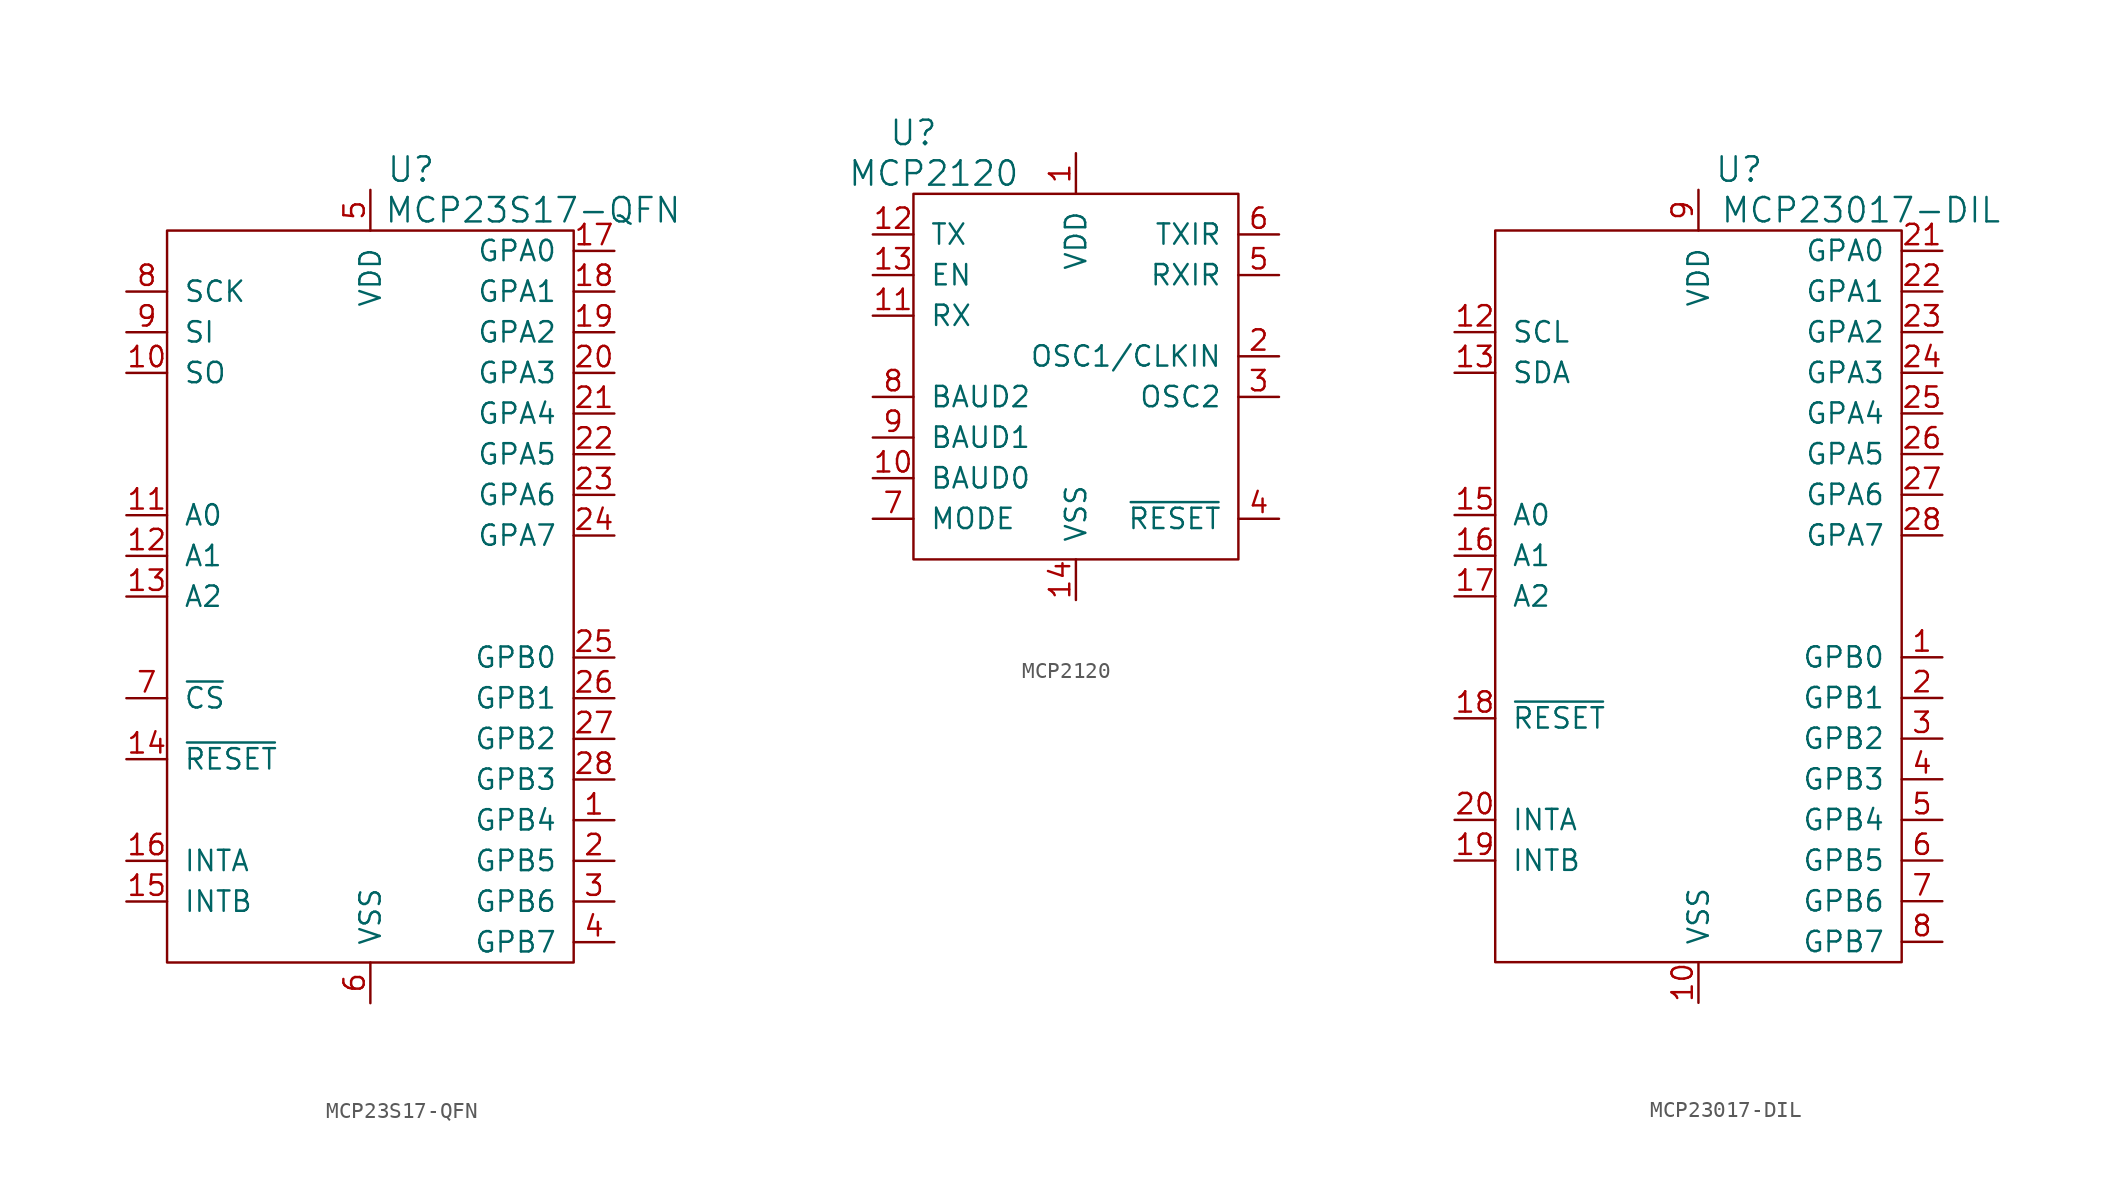
<source format=kicad_sym>
(kicad_symbol_lib
  (version 20220914)
  (generator kicad_symbol_editor)
  (symbol "MCP23S17-QFN"
    (pin_names
      (offset 1.016))
    (property "Reference" "U"
      (at 2.54 26.67 0)
      (effects (font (size 1.524 1.524))))
    (property "Value" "MCP23S17-QFN"
      (at 10.16 24.13 0)
      (effects (font (size 1.524 1.524))))
    (property "Footprint" ""
      (at 0 0 0)
      (effects (font (size 1.524 1.524))))
    (property "Datasheet" ""
      (at 0 0 0)
      (effects (font (size 1.524 1.524))))
    (symbol "MCP23S17-QFN_0_1"
      (rectangle (start -12.7 22.86) (end 12.7 -22.86) (stroke (width 0) (type solid)) (fill (type none))))
    (symbol "MCP23S17-QFN_1_1"
      (pin input line (at 15.24 -13.97 180) (length 2.54) (name "GPB4" (effects (font (size 1.27 1.27)))) (number "1" (effects (font (size 1.27 1.27)))))
      (pin input line (at -15.24 13.97 0) (length 2.54) (name "SO" (effects (font (size 1.27 1.27)))) (number "10" (effects (font (size 1.27 1.27)))))
      (pin input line (at -15.24 5.08 0) (length 2.54) (name "A0" (effects (font (size 1.27 1.27)))) (number "11" (effects (font (size 1.27 1.27)))))
      (pin input line (at -15.24 2.54 0) (length 2.54) (name "A1" (effects (font (size 1.27 1.27)))) (number "12" (effects (font (size 1.27 1.27)))))
      (pin input line (at -15.24 0 0) (length 2.54) (name "A2" (effects (font (size 1.27 1.27)))) (number "13" (effects (font (size 1.27 1.27)))))
      (pin input line (at -15.24 -10.16 0) (length 2.54) (name "~{RESET}" (effects (font (size 1.27 1.27)))) (number "14" (effects (font (size 1.27 1.27)))))
      (pin input line (at -15.24 -19.05 0) (length 2.54) (name "INTB" (effects (font (size 1.27 1.27)))) (number "15" (effects (font (size 1.27 1.27)))))
      (pin input line (at -15.24 -16.51 0) (length 2.54) (name "INTA" (effects (font (size 1.27 1.27)))) (number "16" (effects (font (size 1.27 1.27)))))
      (pin input line (at 15.24 21.59 180) (length 2.54) (name "GPA0" (effects (font (size 1.27 1.27)))) (number "17" (effects (font (size 1.27 1.27)))))
      (pin input line (at 15.24 19.05 180) (length 2.54) (name "GPA1" (effects (font (size 1.27 1.27)))) (number "18" (effects (font (size 1.27 1.27)))))
      (pin input line (at 15.24 16.51 180) (length 2.54) (name "GPA2" (effects (font (size 1.27 1.27)))) (number "19" (effects (font (size 1.27 1.27)))))
      (pin input line (at 15.24 -16.51 180) (length 2.54) (name "GPB5" (effects (font (size 1.27 1.27)))) (number "2" (effects (font (size 1.27 1.27)))))
      (pin input line (at 15.24 13.97 180) (length 2.54) (name "GPA3" (effects (font (size 1.27 1.27)))) (number "20" (effects (font (size 1.27 1.27)))))
      (pin input line (at 15.24 11.43 180) (length 2.54) (name "GPA4" (effects (font (size 1.27 1.27)))) (number "21" (effects (font (size 1.27 1.27)))))
      (pin input line (at 15.24 8.89 180) (length 2.54) (name "GPA5" (effects (font (size 1.27 1.27)))) (number "22" (effects (font (size 1.27 1.27)))))
      (pin input line (at 15.24 6.35 180) (length 2.54) (name "GPA6" (effects (font (size 1.27 1.27)))) (number "23" (effects (font (size 1.27 1.27)))))
      (pin input line (at 15.24 3.81 180) (length 2.54) (name "GPA7" (effects (font (size 1.27 1.27)))) (number "24" (effects (font (size 1.27 1.27)))))
      (pin input line (at 15.24 -3.81 180) (length 2.54) (name "GPB0" (effects (font (size 1.27 1.27)))) (number "25" (effects (font (size 1.27 1.27)))))
      (pin input line (at 15.24 -6.35 180) (length 2.54) (name "GPB1" (effects (font (size 1.27 1.27)))) (number "26" (effects (font (size 1.27 1.27)))))
      (pin input line (at 15.24 -8.89 180) (length 2.54) (name "GPB2" (effects (font (size 1.27 1.27)))) (number "27" (effects (font (size 1.27 1.27)))))
      (pin input line (at 15.24 -11.43 180) (length 2.54) (name "GPB3" (effects (font (size 1.27 1.27)))) (number "28" (effects (font (size 1.27 1.27)))))
      (pin input line (at 15.24 -19.05 180) (length 2.54) (name "GPB6" (effects (font (size 1.27 1.27)))) (number "3" (effects (font (size 1.27 1.27)))))
      (pin input line (at 15.24 -21.59 180) (length 2.54) (name "GPB7" (effects (font (size 1.27 1.27)))) (number "4" (effects (font (size 1.27 1.27)))))
      (pin passive line (at 0 25.4 270) (length 2.54) (name "VDD" (effects (font (size 1.27 1.27)))) (number "5" (effects (font (size 1.27 1.27)))))
      (pin passive line (at 0 -25.4 90) (length 2.54) (name "VSS" (effects (font (size 1.27 1.27)))) (number "6" (effects (font (size 1.27 1.27)))))
      (pin input line (at -15.24 -6.35 0) (length 2.54) (name "~{CS}" (effects (font (size 1.27 1.27)))) (number "7" (effects (font (size 1.27 1.27)))))
      (pin input line (at -15.24 19.05 0) (length 2.54) (name "SCK" (effects (font (size 1.27 1.27)))) (number "8" (effects (font (size 1.27 1.27)))))
      (pin input line (at -15.24 16.51 0) (length 2.54) (name "SI" (effects (font (size 1.27 1.27)))) (number "9" (effects (font (size 1.27 1.27)))))))
  (symbol "MCP2120"
    (pin_names
      (offset 1.016))
    (property "Reference" "U"
      (at -10.16 15.24 0)
      (effects (font (size 1.524 1.524))))
    (property "Value" "MCP2120"
      (at -8.89 12.7 0)
      (effects (font (size 1.524 1.524))))
    (property "Footprint" ""
      (at 0 0 0)
      (effects (font (size 1.524 1.524))))
    (property "Datasheet" ""
      (at 0 0 0)
      (effects (font (size 1.524 1.524))))
    (symbol "MCP2120_0_1"
      (rectangle (start 10.16 11.43) (end -10.16 -11.43) (stroke (width 0) (type solid)) (fill (type none))))
    (symbol "MCP2120_1_1"
      (pin passive line (at 0 13.97 270) (length 2.54) (name "VDD" (effects (font (size 1.27 1.27)))) (number "1" (effects (font (size 1.27 1.27)))))
      (pin passive line (at -12.7 -6.35 0) (length 2.54) (name "BAUD0" (effects (font (size 1.27 1.27)))) (number "10" (effects (font (size 1.27 1.27)))))
      (pin output line (at -12.7 3.81 0) (length 2.54) (name "RX" (effects (font (size 1.27 1.27)))) (number "11" (effects (font (size 1.27 1.27)))))
      (pin input line (at -12.7 8.89 0) (length 2.54) (name "TX" (effects (font (size 1.27 1.27)))) (number "12" (effects (font (size 1.27 1.27)))))
      (pin input line (at -12.7 6.35 0) (length 2.54) (name "EN" (effects (font (size 1.27 1.27)))) (number "13" (effects (font (size 1.27 1.27)))))
      (pin passive line (at 0 -13.97 90) (length 2.54) (name "VSS" (effects (font (size 1.27 1.27)))) (number "14" (effects (font (size 1.27 1.27)))))
      (pin passive line (at 12.7 1.27 180) (length 2.54) (name "OSC1/CLKIN" (effects (font (size 1.27 1.27)))) (number "2" (effects (font (size 1.27 1.27)))))
      (pin passive line (at 12.7 -1.27 180) (length 2.54) (name "OSC2" (effects (font (size 1.27 1.27)))) (number "3" (effects (font (size 1.27 1.27)))))
      (pin passive line (at 12.7 -8.89 180) (length 2.54) (name "~{RESET}" (effects (font (size 1.27 1.27)))) (number "4" (effects (font (size 1.27 1.27)))))
      (pin input line (at 12.7 6.35 180) (length 2.54) (name "RXIR" (effects (font (size 1.27 1.27)))) (number "5" (effects (font (size 1.27 1.27)))))
      (pin output line (at 12.7 8.89 180) (length 2.54) (name "TXIR" (effects (font (size 1.27 1.27)))) (number "6" (effects (font (size 1.27 1.27)))))
      (pin input line (at -12.7 -8.89 0) (length 2.54) (name "MODE" (effects (font (size 1.27 1.27)))) (number "7" (effects (font (size 1.27 1.27)))))
      (pin passive line (at -12.7 -1.27 0) (length 2.54) (name "BAUD2" (effects (font (size 1.27 1.27)))) (number "8" (effects (font (size 1.27 1.27)))))
      (pin passive line (at -12.7 -3.81 0) (length 2.54) (name "BAUD1" (effects (font (size 1.27 1.27)))) (number "9" (effects (font (size 1.27 1.27)))))))
  (symbol "MCP23017-DIL"
    (pin_names
      (offset 1.016))
    (property "Reference" "U"
      (at 2.54 26.67 0)
      (effects (font (size 1.524 1.524))))
    (property "Value" "MCP23017-DIL"
      (at 10.16 24.13 0)
      (effects (font (size 1.524 1.524))))
    (property "Footprint" ""
      (at 0 0 0)
      (effects (font (size 1.524 1.524))))
    (property "Datasheet" ""
      (at 0 0 0)
      (effects (font (size 1.524 1.524))))
    (symbol "MCP23017-DIL_0_1"
      (rectangle (start -12.7 22.86) (end 12.7 -22.86) (stroke (width 0) (type solid)) (fill (type none))))
    (symbol "MCP23017-DIL_1_1"
      (pin input line (at 15.24 -3.81 180) (length 2.54) (name "GPB0" (effects (font (size 1.27 1.27)))) (number "1" (effects (font (size 1.27 1.27)))))
      (pin passive line (at 0 -25.4 90) (length 2.54) (name "VSS" (effects (font (size 1.27 1.27)))) (number "10" (effects (font (size 1.27 1.27)))))
      (pin input line (at -15.24 16.51 0) (length 2.54) (name "SCL" (effects (font (size 1.27 1.27)))) (number "12" (effects (font (size 1.27 1.27)))))
      (pin input line (at -15.24 13.97 0) (length 2.54) (name "SDA" (effects (font (size 1.27 1.27)))) (number "13" (effects (font (size 1.27 1.27)))))
      (pin input line (at -15.24 5.08 0) (length 2.54) (name "A0" (effects (font (size 1.27 1.27)))) (number "15" (effects (font (size 1.27 1.27)))))
      (pin input line (at -15.24 2.54 0) (length 2.54) (name "A1" (effects (font (size 1.27 1.27)))) (number "16" (effects (font (size 1.27 1.27)))))
      (pin input line (at -15.24 0 0) (length 2.54) (name "A2" (effects (font (size 1.27 1.27)))) (number "17" (effects (font (size 1.27 1.27)))))
      (pin input line (at -15.24 -7.62 0) (length 2.54) (name "~{RESET}" (effects (font (size 1.27 1.27)))) (number "18" (effects (font (size 1.27 1.27)))))
      (pin input line (at -15.24 -16.51 0) (length 2.54) (name "INTB" (effects (font (size 1.27 1.27)))) (number "19" (effects (font (size 1.27 1.27)))))
      (pin input line (at 15.24 -6.35 180) (length 2.54) (name "GPB1" (effects (font (size 1.27 1.27)))) (number "2" (effects (font (size 1.27 1.27)))))
      (pin input line (at -15.24 -13.97 0) (length 2.54) (name "INTA" (effects (font (size 1.27 1.27)))) (number "20" (effects (font (size 1.27 1.27)))))
      (pin input line (at 15.24 21.59 180) (length 2.54) (name "GPA0" (effects (font (size 1.27 1.27)))) (number "21" (effects (font (size 1.27 1.27)))))
      (pin input line (at 15.24 19.05 180) (length 2.54) (name "GPA1" (effects (font (size 1.27 1.27)))) (number "22" (effects (font (size 1.27 1.27)))))
      (pin input line (at 15.24 16.51 180) (length 2.54) (name "GPA2" (effects (font (size 1.27 1.27)))) (number "23" (effects (font (size 1.27 1.27)))))
      (pin input line (at 15.24 13.97 180) (length 2.54) (name "GPA3" (effects (font (size 1.27 1.27)))) (number "24" (effects (font (size 1.27 1.27)))))
      (pin input line (at 15.24 11.43 180) (length 2.54) (name "GPA4" (effects (font (size 1.27 1.27)))) (number "25" (effects (font (size 1.27 1.27)))))
      (pin input line (at 15.24 8.89 180) (length 2.54) (name "GPA5" (effects (font (size 1.27 1.27)))) (number "26" (effects (font (size 1.27 1.27)))))
      (pin input line (at 15.24 6.35 180) (length 2.54) (name "GPA6" (effects (font (size 1.27 1.27)))) (number "27" (effects (font (size 1.27 1.27)))))
      (pin input line (at 15.24 3.81 180) (length 2.54) (name "GPA7" (effects (font (size 1.27 1.27)))) (number "28" (effects (font (size 1.27 1.27)))))
      (pin input line (at 15.24 -8.89 180) (length 2.54) (name "GPB2" (effects (font (size 1.27 1.27)))) (number "3" (effects (font (size 1.27 1.27)))))
      (pin input line (at 15.24 -11.43 180) (length 2.54) (name "GPB3" (effects (font (size 1.27 1.27)))) (number "4" (effects (font (size 1.27 1.27)))))
      (pin input line (at 15.24 -13.97 180) (length 2.54) (name "GPB4" (effects (font (size 1.27 1.27)))) (number "5" (effects (font (size 1.27 1.27)))))
      (pin input line (at 15.24 -16.51 180) (length 2.54) (name "GPB5" (effects (font (size 1.27 1.27)))) (number "6" (effects (font (size 1.27 1.27)))))
      (pin input line (at 15.24 -19.05 180) (length 2.54) (name "GPB6" (effects (font (size 1.27 1.27)))) (number "7" (effects (font (size 1.27 1.27)))))
      (pin input line (at 15.24 -21.59 180) (length 2.54) (name "GPB7" (effects (font (size 1.27 1.27)))) (number "8" (effects (font (size 1.27 1.27)))))
      (pin passive line (at 0 25.4 270) (length 2.54) (name "VDD" (effects (font (size 1.27 1.27)))) (number "9" (effects (font (size 1.27 1.27))))))))
</source>
